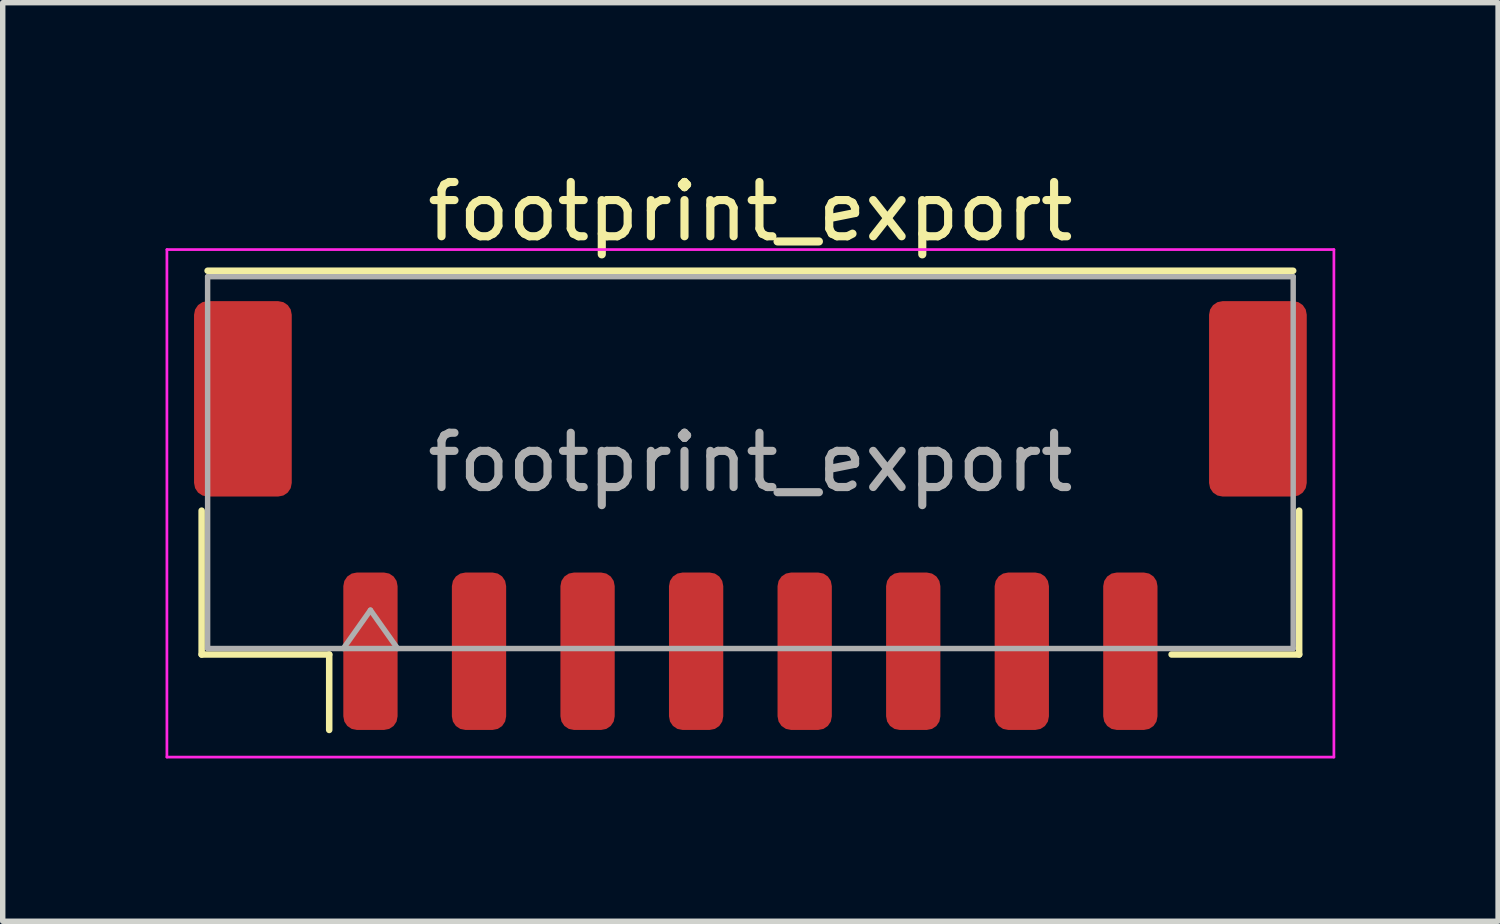
<source format=kicad_pcb>
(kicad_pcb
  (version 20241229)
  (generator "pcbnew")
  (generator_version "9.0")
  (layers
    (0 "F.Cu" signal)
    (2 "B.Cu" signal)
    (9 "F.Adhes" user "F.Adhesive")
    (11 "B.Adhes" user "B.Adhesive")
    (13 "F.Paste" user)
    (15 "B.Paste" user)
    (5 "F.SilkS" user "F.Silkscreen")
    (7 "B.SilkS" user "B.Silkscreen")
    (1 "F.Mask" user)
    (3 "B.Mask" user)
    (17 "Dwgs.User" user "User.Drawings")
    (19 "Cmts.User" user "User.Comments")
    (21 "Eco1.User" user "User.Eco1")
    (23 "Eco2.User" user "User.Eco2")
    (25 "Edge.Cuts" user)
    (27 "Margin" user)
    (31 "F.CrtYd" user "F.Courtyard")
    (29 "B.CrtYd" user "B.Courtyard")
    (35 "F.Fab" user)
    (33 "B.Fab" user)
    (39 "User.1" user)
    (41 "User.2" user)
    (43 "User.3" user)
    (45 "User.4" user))
  (footprint "footprint_export"
    (layer "F.Cu")
    (at 10.775 6.448)
    (property "Reference" "footprint_export" (at 0 -5.6 0) (layer "F.SilkS") (effects (font (size 1 1) (thickness 0.15))))
    (attr smd)
    (fp_line (start -10.11 -0.09) (end -10.11 2.56) (stroke (width 0.12) (type solid)) (layer "F.SilkS"))
    (fp_line (start -10.11 2.56) (end -7.76 2.56) (stroke (width 0.12) (type solid)) (layer "F.SilkS"))
    (fp_line (start -10 -4.51) (end 10 -4.51) (stroke (width 0.12) (type solid)) (layer "F.SilkS"))
    (fp_line (start -7.76 2.56) (end -7.76 3.95) (stroke (width 0.12) (type solid)) (layer "F.SilkS"))
    (fp_line (start 10.11 -0.09) (end 10.11 2.56) (stroke (width 0.12) (type solid)) (layer "F.SilkS"))
    (fp_line (start 10.11 2.56) (end 7.76 2.56) (stroke (width 0.12) (type solid)) (layer "F.SilkS"))
    (fp_line (start -10.75 -4.9) (end -10.75 4.45) (stroke (width 0.05) (type solid)) (layer "F.CrtYd"))
    (fp_line (start -10.75 4.45) (end 10.75 4.45) (stroke (width 0.05) (type solid)) (layer "F.CrtYd"))
    (fp_line (start 10.75 -4.9) (end -10.75 -4.9) (stroke (width 0.05) (type solid)) (layer "F.CrtYd"))
    (fp_line (start 10.75 4.45) (end 10.75 -4.9) (stroke (width 0.05) (type solid)) (layer "F.CrtYd"))
    (fp_line (start -10 -4.4) (end 10 -4.4) (stroke (width 0.1) (type solid)) (layer "F.Fab"))
    (fp_line (start -10 2.45) (end -10 -4.4) (stroke (width 0.1) (type solid)) (layer "F.Fab"))
    (fp_line (start -10 2.45) (end 10 2.45) (stroke (width 0.1) (type solid)) (layer "F.Fab"))
    (fp_line (start -7.5 2.45) (end -7 1.743) (stroke (width 0.1) (type solid)) (layer "F.Fab"))
    (fp_line (start -7 1.743) (end -6.5 2.45) (stroke (width 0.1) (type solid)) (layer "F.Fab"))
    (fp_line (start 10 2.45) (end 10 -4.4) (stroke (width 0.1) (type solid)) (layer "F.Fab"))
    (fp_text user "${REFERENCE}" (at 0 -0.98 0) (layer "F.Fab") (effects (font (size 1 1) (thickness 0.15))))
    (pad "1" smd roundrect (at -7 2.5) (size 1 2.9) (layers "F.Cu" "F.Mask" "F.Paste") (roundrect_rratio 0.25))
    (pad "2" smd roundrect (at -5 2.5) (size 1 2.9) (layers "F.Cu" "F.Mask" "F.Paste") (roundrect_rratio 0.25))
    (pad "3" smd roundrect (at -3 2.5) (size 1 2.9) (layers "F.Cu" "F.Mask" "F.Paste") (roundrect_rratio 0.25))
    (pad "4" smd roundrect (at -1 2.5) (size 1 2.9) (layers "F.Cu" "F.Mask" "F.Paste") (roundrect_rratio 0.25))
    (pad "5" smd roundrect (at 1 2.5) (size 1 2.9) (layers "F.Cu" "F.Mask" "F.Paste") (roundrect_rratio 0.25))
    (pad "6" smd roundrect (at 3 2.5) (size 1 2.9) (layers "F.Cu" "F.Mask" "F.Paste") (roundrect_rratio 0.25))
    (pad "7" smd roundrect (at 5 2.5) (size 1 2.9) (layers "F.Cu" "F.Mask" "F.Paste") (roundrect_rratio 0.25))
    (pad "8" smd roundrect (at 7 2.5) (size 1 2.9) (layers "F.Cu" "F.Mask" "F.Paste") (roundrect_rratio 0.25))
    (pad "MP" smd roundrect (at -9.35 -2.15) (size 1.8 3.6) (layers "F.Cu" "F.Mask" "F.Paste") (roundrect_rratio 0.139))
    (pad "MP" smd roundrect (at 9.35 -2.15) (size 1.8 3.6) (layers "F.Cu" "F.Mask" "F.Paste") (roundrect_rratio 0.139)))
  (gr_rect
    (start -3 -3)
    (end 24.55 13.923)
    (stroke (width 0.1) (type default))
    (fill no)
    (layer "Edge.Cuts")))
</source>
